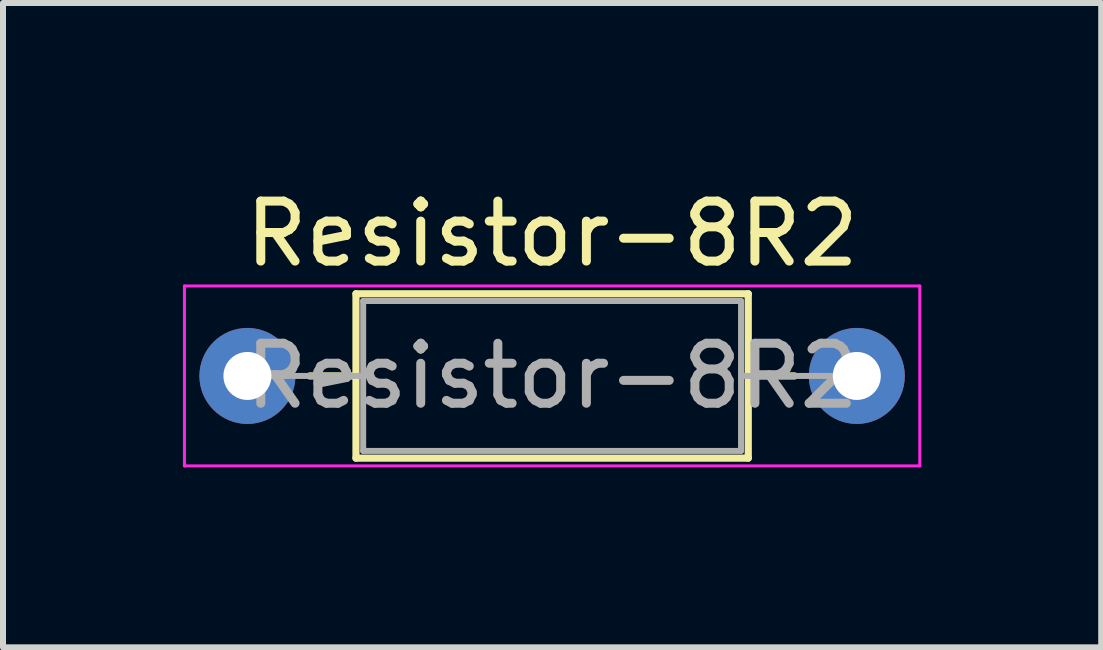
<source format=kicad_pcb>
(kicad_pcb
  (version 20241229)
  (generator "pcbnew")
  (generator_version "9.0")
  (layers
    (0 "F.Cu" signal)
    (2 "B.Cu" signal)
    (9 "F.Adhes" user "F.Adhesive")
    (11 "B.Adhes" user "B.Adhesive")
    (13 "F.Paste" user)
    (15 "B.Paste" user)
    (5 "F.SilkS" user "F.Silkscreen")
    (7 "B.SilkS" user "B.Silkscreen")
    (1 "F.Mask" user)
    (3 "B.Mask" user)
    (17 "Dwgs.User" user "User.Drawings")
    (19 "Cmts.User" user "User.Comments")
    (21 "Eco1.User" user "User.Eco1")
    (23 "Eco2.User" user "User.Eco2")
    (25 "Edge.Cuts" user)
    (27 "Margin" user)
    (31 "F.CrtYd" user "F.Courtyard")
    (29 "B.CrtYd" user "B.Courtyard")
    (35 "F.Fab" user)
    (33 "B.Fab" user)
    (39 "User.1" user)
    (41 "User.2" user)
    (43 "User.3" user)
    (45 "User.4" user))
  (footprint "Resistor-8R2"
    (layer "F.Cu")
    (at 6.155 3.218)
    (property "Reference" "Resistor-8R2" (at 0 -2.37 0) (layer "F.SilkS") (effects (font (size 1 1) (thickness 0.15))))
    (attr through_hole)
    (fp_line (start -4.04 0) (end -3.27 0) (stroke (width 0.12) (type solid)) (layer "F.SilkS"))
    (fp_line (start -3.27 -1.37) (end -3.27 1.37) (stroke (width 0.12) (type solid)) (layer "F.SilkS"))
    (fp_line (start -3.27 1.37) (end 3.27 1.37) (stroke (width 0.12) (type solid)) (layer "F.SilkS"))
    (fp_line (start 3.27 -1.37) (end -3.27 -1.37) (stroke (width 0.12) (type solid)) (layer "F.SilkS"))
    (fp_line (start 3.27 1.37) (end 3.27 -1.37) (stroke (width 0.12) (type solid)) (layer "F.SilkS"))
    (fp_line (start 4.04 0) (end 3.27 0) (stroke (width 0.12) (type solid)) (layer "F.SilkS"))
    (fp_line (start -6.13 -1.5) (end -6.13 1.5) (stroke (width 0.05) (type solid)) (layer "F.CrtYd"))
    (fp_line (start -6.13 1.5) (end 6.13 1.5) (stroke (width 0.05) (type solid)) (layer "F.CrtYd"))
    (fp_line (start 6.13 -1.5) (end -6.13 -1.5) (stroke (width 0.05) (type solid)) (layer "F.CrtYd"))
    (fp_line (start 6.13 1.5) (end 6.13 -1.5) (stroke (width 0.05) (type solid)) (layer "F.CrtYd"))
    (fp_line (start -5.08 0) (end -3.15 0) (stroke (width 0.1) (type solid)) (layer "F.Fab"))
    (fp_line (start -3.15 -1.25) (end -3.15 1.25) (stroke (width 0.1) (type solid)) (layer "F.Fab"))
    (fp_line (start -3.15 1.25) (end 3.15 1.25) (stroke (width 0.1) (type solid)) (layer "F.Fab"))
    (fp_line (start 3.15 -1.25) (end -3.15 -1.25) (stroke (width 0.1) (type solid)) (layer "F.Fab"))
    (fp_line (start 3.15 1.25) (end 3.15 -1.25) (stroke (width 0.1) (type solid)) (layer "F.Fab"))
    (fp_line (start 5.08 0) (end 3.15 0) (stroke (width 0.1) (type solid)) (layer "F.Fab"))
    (fp_text user "${REFERENCE}" (at 0 0 0) (layer "F.Fab") (effects (font (size 1 1) (thickness 0.15))))
    (pad "1" thru_hole circle (at -5.08 0) (size 1.6 1.6) (drill 0.8) (layers "*.Cu" "*.Mask"))
    (pad "2" thru_hole oval (at 5.08 0) (size 1.6 1.6) (drill 0.8) (layers "*.Cu" "*.Mask")))
  (gr_rect
    (start -3 -3)
    (end 15.31 7.743)
    (stroke (width 0.1) (type default))
    (fill no)
    (layer "Edge.Cuts")))
</source>
